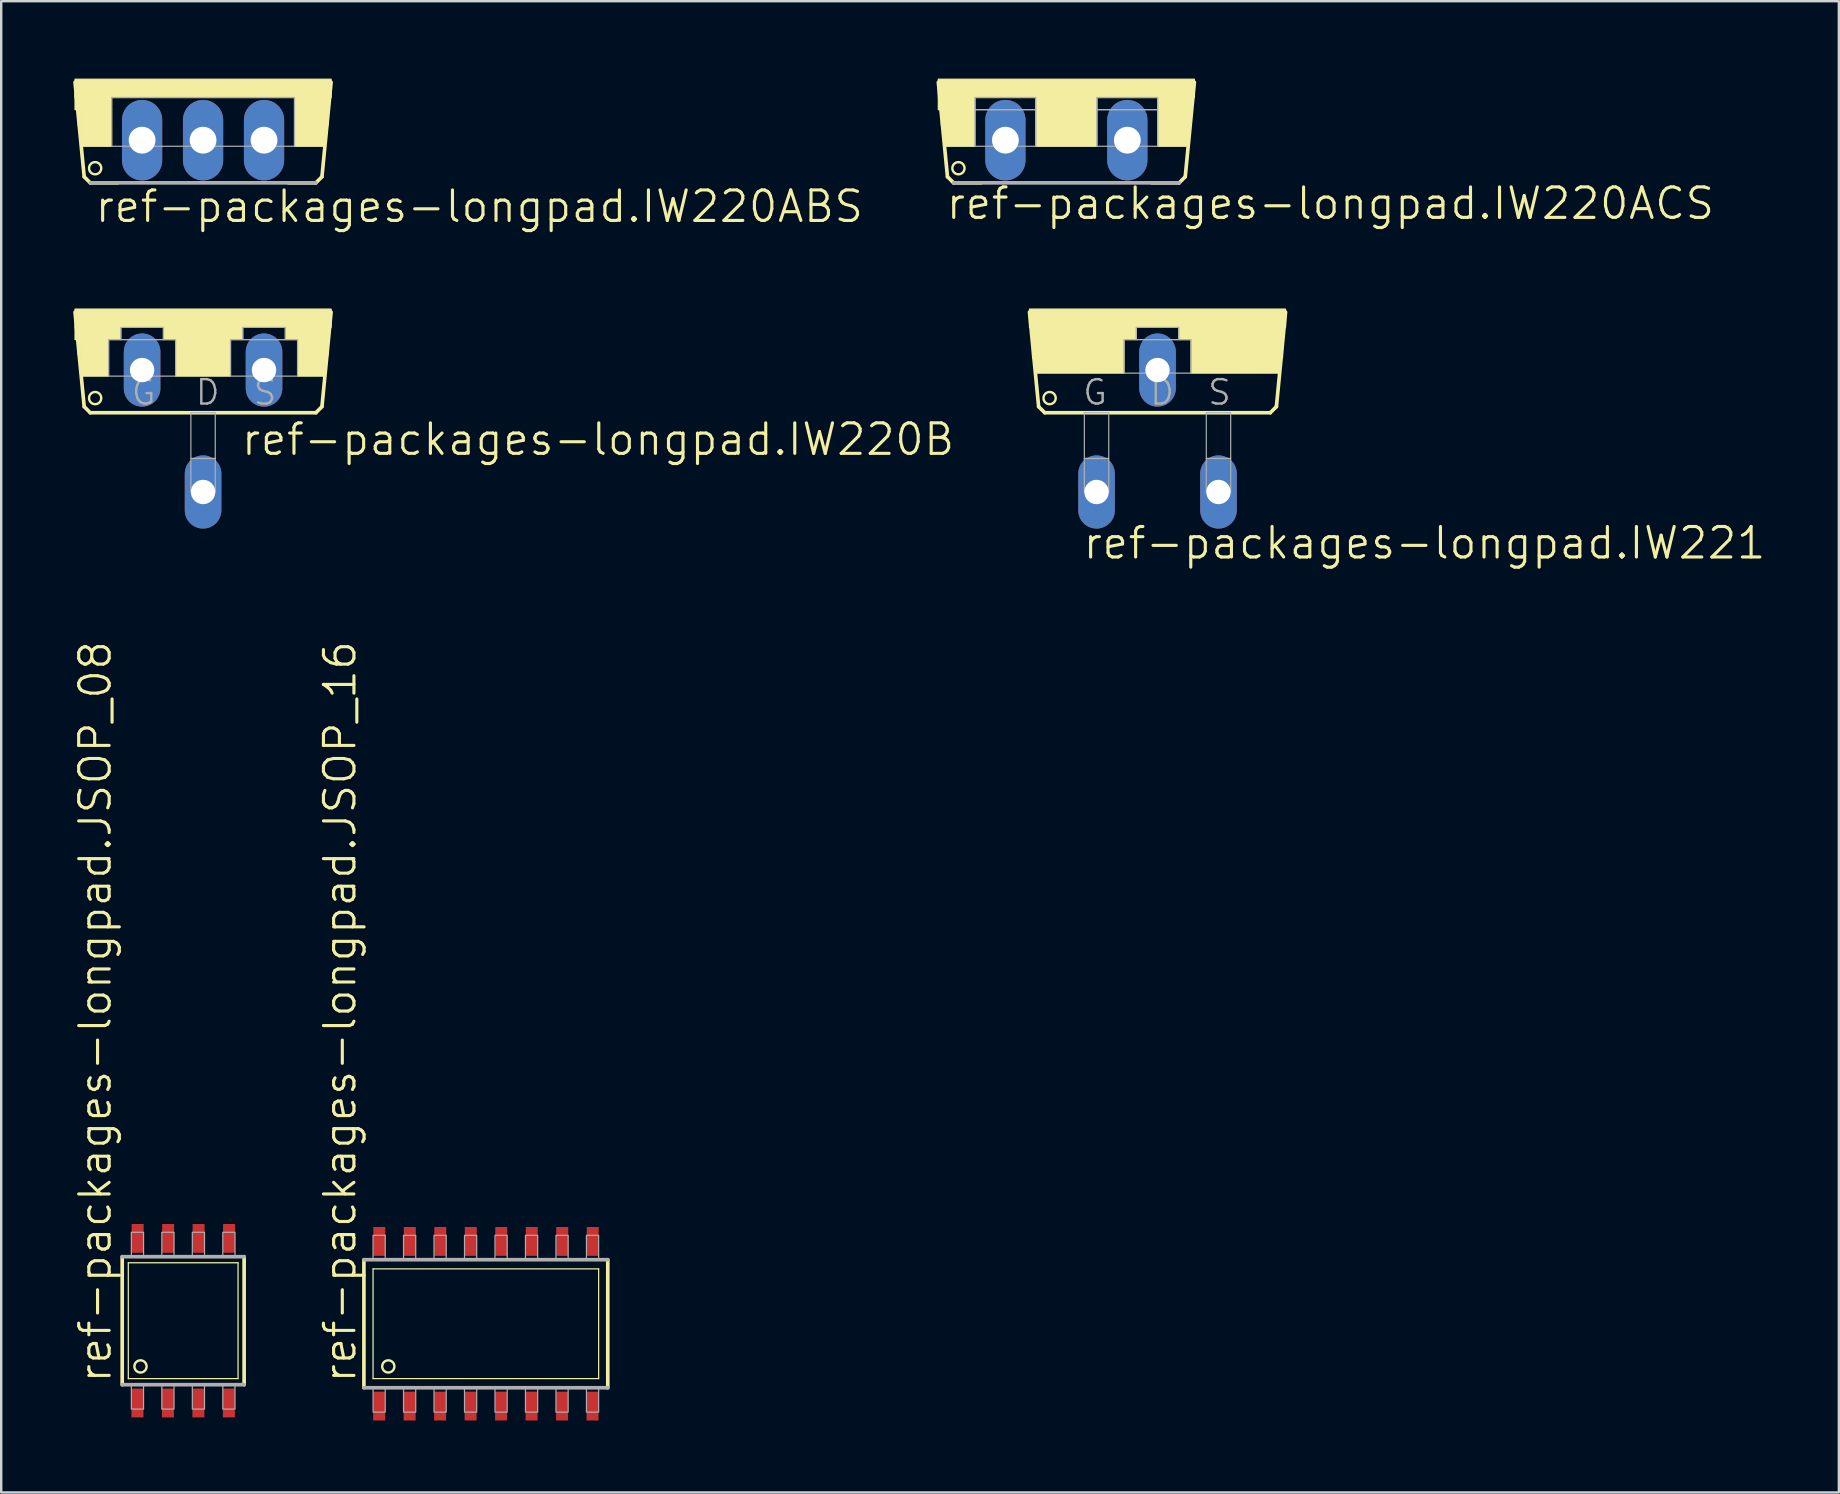
<source format=kicad_pcb>
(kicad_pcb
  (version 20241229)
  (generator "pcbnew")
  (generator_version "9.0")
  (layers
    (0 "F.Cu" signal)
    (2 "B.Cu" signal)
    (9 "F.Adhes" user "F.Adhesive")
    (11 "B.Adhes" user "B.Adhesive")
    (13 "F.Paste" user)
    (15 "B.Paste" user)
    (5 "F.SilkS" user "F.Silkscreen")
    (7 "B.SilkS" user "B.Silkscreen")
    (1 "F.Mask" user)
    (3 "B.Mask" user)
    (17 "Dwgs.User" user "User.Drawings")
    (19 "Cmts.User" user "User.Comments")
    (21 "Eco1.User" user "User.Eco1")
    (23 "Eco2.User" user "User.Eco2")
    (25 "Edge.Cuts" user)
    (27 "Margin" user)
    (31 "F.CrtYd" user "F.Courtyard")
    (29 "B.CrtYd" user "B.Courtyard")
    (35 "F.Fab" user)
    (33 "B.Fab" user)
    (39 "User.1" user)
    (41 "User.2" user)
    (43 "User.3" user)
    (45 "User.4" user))
  (footprint "ref-packages-longpad.IW221"
    (layer "F.Cu")
    (at 45.174 9.827)
    (property "Reference" "ref-packages-longpad.IW221" (at -3.175 10.49 0) (layer "F.SilkS") (effects (font (size 1.27 1.27) (thickness 0.13)) (justify left bottom)))
    (attr through_hole)
    (fp_line (start -4.953 4.064) (end -5.334 0.127) (stroke (width 0.152) (type default)) (layer "F.SilkS"))
    (fp_line (start -4.953 4.064) (end -4.699 4.318) (stroke (width 0.152) (type default)) (layer "F.SilkS"))
    (fp_line (start 4.699 4.318) (end -4.699 4.318) (stroke (width 0.152) (type default)) (layer "F.SilkS"))
    (fp_line (start 4.699 4.318) (end 4.953 4.064) (stroke (width 0.152) (type default)) (layer "F.SilkS"))
    (fp_line (start 5.334 0.127) (end 4.953 4.064) (stroke (width 0.152) (type default)) (layer "F.SilkS"))
    (fp_rect (start -5.334 0.762) (end 5.334 0) (stroke (width 0.05) (type default)) (fill yes) (layer "F.SilkS"))
    (fp_rect (start -5.207 1.27) (end -0.889 0.762) (stroke (width 0.05) (type default)) (fill yes) (layer "F.SilkS"))
    (fp_rect (start -5.207 2.032) (end -5.08 1.27) (stroke (width 0.05) (type default)) (fill yes) (layer "F.SilkS"))
    (fp_rect (start -5.08 2.667) (end -1.397 1.27) (stroke (width 0.05) (type default)) (fill yes) (layer "F.SilkS"))
    (fp_rect (start 0.889 1.27) (end 5.207 0.762) (stroke (width 0.05) (type default)) (fill yes) (layer "F.SilkS"))
    (fp_rect (start 1.397 2.667) (end 5.08 1.27) (stroke (width 0.05) (type default)) (fill yes) (layer "F.SilkS"))
    (fp_rect (start 5.08 2.032) (end 5.207 1.27) (stroke (width 0.05) (type default)) (fill yes) (layer "F.SilkS"))
    (fp_circle (center -4.496 3.708) (end -4.242 3.708) (stroke (width 0.1) (type default)) (fill no) (layer "F.SilkS"))
    (fp_rect (start -3.048 6.223) (end -2.032 4.318) (stroke (width 0.05) (type default)) (fill no) (layer "F.Fab"))
    (fp_rect (start -3.048 7.62) (end -2.032 6.223) (stroke (width 0.05) (type default)) (fill no) (layer "F.Fab"))
    (fp_rect (start -1.397 2.667) (end 1.397 1.27) (stroke (width 0.05) (type default)) (fill no) (layer "F.Fab"))
    (fp_rect (start -0.889 1.27) (end 0.889 0.762) (stroke (width 0.05) (type default)) (fill no) (layer "F.Fab"))
    (fp_rect (start 2.032 6.223) (end 3.048 4.318) (stroke (width 0.05) (type default)) (fill no) (layer "F.Fab"))
    (fp_rect (start 2.032 7.62) (end 3.048 6.223) (stroke (width 0.05) (type default)) (fill no) (layer "F.Fab"))
    (fp_text user "S" (at 2.032 4.064 0) (layer "F.Fab") (effects (font (size 1.016 1.016) (thickness 0.1)) (justify left bottom)))
    (fp_text user "D" (at -0.381 4.064 0) (layer "F.Fab") (effects (font (size 1.016 1.016) (thickness 0.1)) (justify left bottom)))
    (fp_text user "G" (at -3.175 4.064 0) (layer "F.Fab") (effects (font (size 1.016 1.016) (thickness 0.1)) (justify left bottom)))
    (pad "D" thru_hole oval (at 0 2.54 90) (size 3.048 1.524) (drill 1.016) (layers "*.Cu" "*.Mask"))
    (pad "G" thru_hole oval (at -2.54 7.62 90) (size 3.048 1.524) (drill 1.016) (layers "*.Cu" "*.Mask"))
    (pad "S" thru_hole oval (at 2.54 7.62 90) (size 3.048 1.524) (drill 1.016) (layers "*.Cu" "*.Mask")))
  (footprint "ref-packages-longpad.IW220ABS"
    (layer "F.Cu")
    (at 5.41 0.25)
    (property "Reference" "ref-packages-longpad.IW220ABS" (at -4.572 6.045 0) (layer "F.SilkS") (effects (font (size 1.27 1.27) (thickness 0.13)) (justify left bottom)))
    (attr through_hole)
    (fp_line (start -4.953 4.064) (end -5.334 0.127) (stroke (width 0.152) (type default)) (layer "F.SilkS"))
    (fp_line (start -4.953 4.064) (end -4.699 4.318) (stroke (width 0.152) (type default)) (layer "F.SilkS"))
    (fp_line (start -3.556 4.318) (end -4.699 4.318) (stroke (width 0.152) (type default)) (layer "F.SilkS"))
    (fp_line (start 4.699 4.318) (end 3.556 4.318) (stroke (width 0.152) (type default)) (layer "F.SilkS"))
    (fp_line (start 4.699 4.318) (end 4.953 4.064) (stroke (width 0.152) (type default)) (layer "F.SilkS"))
    (fp_line (start 5.334 0.127) (end 4.953 4.064) (stroke (width 0.152) (type default)) (layer "F.SilkS"))
    (fp_rect (start -5.334 0.762) (end 5.334 0) (stroke (width 0.05) (type default)) (fill yes) (layer "F.SilkS"))
    (fp_rect (start -5.334 1.27) (end -3.81 0.635) (stroke (width 0.05) (type default)) (fill yes) (layer "F.SilkS"))
    (fp_rect (start -5.207 1.905) (end -5.08 1.27) (stroke (width 0.05) (type default)) (fill yes) (layer "F.SilkS"))
    (fp_rect (start -5.08 2.794) (end -3.81 1.27) (stroke (width 0.05) (type default)) (fill yes) (layer "F.SilkS"))
    (fp_rect (start 3.81 1.27) (end 5.207 0.762) (stroke (width 0.05) (type default)) (fill yes) (layer "F.SilkS"))
    (fp_rect (start 3.81 2.794) (end 5.08 1.27) (stroke (width 0.05) (type default)) (fill yes) (layer "F.SilkS"))
    (fp_rect (start 5.08 1.905) (end 5.207 1.27) (stroke (width 0.05) (type default)) (fill yes) (layer "F.SilkS"))
    (fp_circle (center -4.496 3.708) (end -4.242 3.708) (stroke (width 0.1) (type default)) (fill no) (layer "F.SilkS"))
    (fp_line (start 4.699 4.318) (end -4.699 4.318) (stroke (width 0.152) (type default)) (layer "F.Fab"))
    (fp_rect (start -3.81 2.794) (end 3.81 0.762) (stroke (width 0.05) (type default)) (fill no) (layer "F.Fab"))
    (pad "A1" thru_hole oval (at -2.54 2.54 90) (size 3.353 1.676) (drill 1.118) (layers "*.Cu" "*.Mask"))
    (pad "A2" thru_hole oval (at 2.54 2.54 90) (size 3.353 1.676) (drill 1.118) (layers "*.Cu" "*.Mask"))
    (pad "C" thru_hole oval (at 0 2.54 90) (size 3.353 1.676) (drill 1.118) (layers "*.Cu" "*.Mask")))
  (footprint "ref-packages-longpad.IW220B"
    (layer "F.Cu")
    (at 5.41 9.827)
    (property "Reference" "ref-packages-longpad.IW220B" (at 1.524 6.172 0) (layer "F.SilkS") (effects (font (size 1.27 1.27) (thickness 0.13)) (justify left bottom)))
    (attr through_hole)
    (fp_line (start -4.953 4.064) (end -5.334 0.127) (stroke (width 0.152) (type default)) (layer "F.SilkS"))
    (fp_line (start -4.953 4.064) (end -4.699 4.318) (stroke (width 0.152) (type default)) (layer "F.SilkS"))
    (fp_line (start 4.699 4.318) (end -4.699 4.318) (stroke (width 0.152) (type default)) (layer "F.SilkS"))
    (fp_line (start 4.699 4.318) (end 4.953 4.064) (stroke (width 0.152) (type default)) (layer "F.SilkS"))
    (fp_line (start 5.334 0.127) (end 4.953 4.064) (stroke (width 0.152) (type default)) (layer "F.SilkS"))
    (fp_rect (start -5.334 0.762) (end 5.334 0) (stroke (width 0.05) (type default)) (fill yes) (layer "F.SilkS"))
    (fp_rect (start -5.334 1.27) (end -3.429 0.762) (stroke (width 0.05) (type default)) (fill yes) (layer "F.SilkS"))
    (fp_rect (start -5.207 1.905) (end -5.08 1.27) (stroke (width 0.05) (type default)) (fill yes) (layer "F.SilkS"))
    (fp_rect (start -5.08 2.794) (end -3.937 1.27) (stroke (width 0.05) (type default)) (fill yes) (layer "F.SilkS"))
    (fp_rect (start -1.651 1.27) (end 1.651 0.762) (stroke (width 0.05) (type default)) (fill yes) (layer "F.SilkS"))
    (fp_rect (start -1.143 2.794) (end 1.143 1.27) (stroke (width 0.05) (type default)) (fill yes) (layer "F.SilkS"))
    (fp_rect (start 3.429 1.27) (end 5.207 0.762) (stroke (width 0.05) (type default)) (fill yes) (layer "F.SilkS"))
    (fp_rect (start 3.937 2.794) (end 5.08 1.27) (stroke (width 0.05) (type default)) (fill yes) (layer "F.SilkS"))
    (fp_rect (start 5.08 1.905) (end 5.207 1.27) (stroke (width 0.05) (type default)) (fill yes) (layer "F.SilkS"))
    (fp_circle (center -4.496 3.708) (end -4.242 3.708) (stroke (width 0.1) (type default)) (fill no) (layer "F.SilkS"))
    (fp_rect (start -3.937 2.794) (end -1.143 1.27) (stroke (width 0.05) (type default)) (fill no) (layer "F.Fab"))
    (fp_rect (start -3.429 1.27) (end -1.651 0.762) (stroke (width 0.05) (type default)) (fill no) (layer "F.Fab"))
    (fp_rect (start -0.508 6.223) (end 0.508 4.318) (stroke (width 0.05) (type default)) (fill no) (layer "F.Fab"))
    (fp_rect (start -0.508 7.62) (end 0.508 6.223) (stroke (width 0.05) (type default)) (fill no) (layer "F.Fab"))
    (fp_rect (start 1.143 2.794) (end 3.937 1.27) (stroke (width 0.05) (type default)) (fill no) (layer "F.Fab"))
    (fp_rect (start 1.651 1.27) (end 3.429 0.762) (stroke (width 0.05) (type default)) (fill no) (layer "F.Fab"))
    (fp_text user "G" (at -3.048 4.064 0) (layer "F.Fab") (effects (font (size 1.016 1.016) (thickness 0.1)) (justify left bottom)))
    (fp_text user "S" (at 2.032 4.064 0) (layer "F.Fab") (effects (font (size 1.016 1.016) (thickness 0.1)) (justify left bottom)))
    (fp_text user "D" (at -0.381 4.064 0) (layer "F.Fab") (effects (font (size 1.016 1.016) (thickness 0.1)) (justify left bottom)))
    (pad "D" thru_hole oval (at 0 7.62 90) (size 3.048 1.524) (drill 1.016) (layers "*.Cu" "*.Mask"))
    (pad "G" thru_hole oval (at -2.54 2.54 90) (size 3.048 1.524) (drill 1.016) (layers "*.Cu" "*.Mask"))
    (pad "S" thru_hole oval (at 2.54 2.54 90) (size 3.048 1.524) (drill 1.016) (layers "*.Cu" "*.Mask")))
  (footprint "ref-packages-longpad.JSOP_08"
    (layer "F.Cu")
    (at 4.581 51.972)
    (property "Reference" "ref-packages-longpad.JSOP_08" (at -2.921 2.667 90) (layer "F.SilkS") (effects (font (size 1.27 1.27) (thickness 0.13)) (justify left bottom)))
    (attr smd)
    (fp_line (start -2.54 2.667) (end -2.54 -2.667) (stroke (width 0.152) (type default)) (layer "F.SilkS"))
    (fp_line (start -2.286 -2.413) (end 2.286 -2.413) (stroke (width 0.051) (type default)) (layer "F.SilkS"))
    (fp_line (start -2.286 2.413) (end -2.286 -2.413) (stroke (width 0.051) (type default)) (layer "F.SilkS"))
    (fp_line (start 2.286 -2.413) (end 2.286 2.413) (stroke (width 0.051) (type default)) (layer "F.SilkS"))
    (fp_line (start 2.286 2.413) (end -2.286 2.413) (stroke (width 0.051) (type default)) (layer "F.SilkS"))
    (fp_line (start 2.54 -2.667) (end 2.54 2.667) (stroke (width 0.152) (type default)) (layer "F.SilkS"))
    (fp_circle (center -1.778 1.905) (end -1.524 1.905) (stroke (width 0.1) (type default)) (fill no) (layer "F.SilkS"))
    (fp_line (start -2.54 -2.667) (end 2.54 -2.667) (stroke (width 0.152) (type default)) (layer "F.Fab"))
    (fp_line (start 2.54 2.667) (end -2.54 2.667) (stroke (width 0.152) (type default)) (layer "F.Fab"))
    (fp_rect (start -2.159 -2.667) (end -1.651 -3.683) (stroke (width 0.05) (type default)) (fill no) (layer "F.Fab"))
    (fp_rect (start -2.159 3.683) (end -1.651 2.667) (stroke (width 0.05) (type default)) (fill no) (layer "F.Fab"))
    (fp_rect (start -0.889 -2.667) (end -0.381 -3.683) (stroke (width 0.05) (type default)) (fill no) (layer "F.Fab"))
    (fp_rect (start -0.889 3.683) (end -0.381 2.667) (stroke (width 0.05) (type default)) (fill no) (layer "F.Fab"))
    (fp_rect (start 0.381 -2.667) (end 0.889 -3.683) (stroke (width 0.05) (type default)) (fill no) (layer "F.Fab"))
    (fp_rect (start 0.381 3.683) (end 0.889 2.667) (stroke (width 0.05) (type default)) (fill no) (layer "F.Fab"))
    (fp_rect (start 1.651 -2.667) (end 2.159 -3.683) (stroke (width 0.05) (type default)) (fill no) (layer "F.Fab"))
    (fp_rect (start 1.651 3.683) (end 2.159 2.667) (stroke (width 0.05) (type default)) (fill no) (layer "F.Fab"))
    (pad "1" smd roundrect (at -1.905 3.429) (size 0.5 1.2) (layers "F.Cu" "F.Mask" "F.Paste") (roundrect_rratio 0.01))
    (pad "2" smd roundrect (at -0.635 3.429) (size 0.5 1.2) (layers "F.Cu" "F.Mask" "F.Paste") (roundrect_rratio 0.01))
    (pad "3" smd roundrect (at 0.635 3.429) (size 0.5 1.2) (layers "F.Cu" "F.Mask" "F.Paste") (roundrect_rratio 0.01))
    (pad "4" smd roundrect (at 1.905 3.429) (size 0.5 1.2) (layers "F.Cu" "F.Mask" "F.Paste") (roundrect_rratio 0.01))
    (pad "5" smd roundrect (at 1.913 -3.429) (size 0.5 1.2) (layers "F.Cu" "F.Mask" "F.Paste") (roundrect_rratio 0.01))
    (pad "6" smd roundrect (at 0.643 -3.429) (size 0.5 1.2) (layers "F.Cu" "F.Mask" "F.Paste") (roundrect_rratio 0.01))
    (pad "7" smd roundrect (at -0.627 -3.429) (size 0.5 1.2) (layers "F.Cu" "F.Mask" "F.Paste") (roundrect_rratio 0.01))
    (pad "8" smd roundrect (at -1.897 -3.429) (size 0.5 1.2) (layers "F.Cu" "F.Mask" "F.Paste") (roundrect_rratio 0.01)))
  (footprint "ref-packages-longpad.IW220ACS"
    (layer "F.Cu")
    (at 41.376 0.25)
    (property "Reference" "ref-packages-longpad.IW220ACS" (at -5.08 5.918 0) (layer "F.SilkS") (effects (font (size 1.27 1.27) (thickness 0.13)) (justify left bottom)))
    (attr through_hole)
    (fp_line (start -4.953 4.064) (end -5.334 0.127) (stroke (width 0.152) (type default)) (layer "F.SilkS"))
    (fp_line (start -4.953 4.064) (end -4.699 4.318) (stroke (width 0.152) (type default)) (layer "F.SilkS"))
    (fp_line (start -3.556 4.318) (end -4.699 4.318) (stroke (width 0.152) (type default)) (layer "F.SilkS"))
    (fp_line (start 4.699 4.318) (end 3.556 4.318) (stroke (width 0.152) (type default)) (layer "F.SilkS"))
    (fp_line (start 4.699 4.318) (end 4.953 4.064) (stroke (width 0.152) (type default)) (layer "F.SilkS"))
    (fp_line (start 5.334 0.127) (end 4.953 4.064) (stroke (width 0.152) (type default)) (layer "F.SilkS"))
    (fp_rect (start -5.334 0.762) (end 5.334 0) (stroke (width 0.05) (type default)) (fill yes) (layer "F.SilkS"))
    (fp_rect (start -5.334 1.27) (end -3.81 0.762) (stroke (width 0.05) (type default)) (fill yes) (layer "F.SilkS"))
    (fp_rect (start -5.207 1.905) (end -5.08 1.27) (stroke (width 0.05) (type default)) (fill yes) (layer "F.SilkS"))
    (fp_rect (start -5.08 2.794) (end -3.81 1.27) (stroke (width 0.05) (type default)) (fill yes) (layer "F.SilkS"))
    (fp_rect (start -1.27 1.27) (end 1.27 0.762) (stroke (width 0.05) (type default)) (fill yes) (layer "F.SilkS"))
    (fp_rect (start -1.27 2.794) (end 1.27 1.27) (stroke (width 0.05) (type default)) (fill yes) (layer "F.SilkS"))
    (fp_rect (start 3.81 1.27) (end 5.207 0.762) (stroke (width 0.05) (type default)) (fill yes) (layer "F.SilkS"))
    (fp_rect (start 3.81 2.794) (end 5.08 1.27) (stroke (width 0.05) (type default)) (fill yes) (layer "F.SilkS"))
    (fp_rect (start 5.08 1.905) (end 5.207 1.27) (stroke (width 0.05) (type default)) (fill yes) (layer "F.SilkS"))
    (fp_circle (center -4.496 3.708) (end -4.242 3.708) (stroke (width 0.1) (type default)) (fill no) (layer "F.SilkS"))
    (fp_line (start 4.699 4.318) (end -4.699 4.318) (stroke (width 0.152) (type default)) (layer "F.Fab"))
    (fp_rect (start -3.81 1.27) (end -1.27 0.762) (stroke (width 0.05) (type default)) (fill no) (layer "F.Fab"))
    (fp_rect (start -3.81 2.794) (end -1.27 1.27) (stroke (width 0.05) (type default)) (fill no) (layer "F.Fab"))
    (fp_rect (start 1.27 1.27) (end 3.81 0.762) (stroke (width 0.05) (type default)) (fill no) (layer "F.Fab"))
    (fp_rect (start 1.27 2.794) (end 3.81 1.27) (stroke (width 0.05) (type default)) (fill no) (layer "F.Fab"))
    (pad "A" thru_hole oval (at 2.54 2.54 90) (size 3.353 1.676) (drill 1.118) (layers "*.Cu" "*.Mask"))
    (pad "C" thru_hole oval (at -2.54 2.54 90) (size 3.353 1.676) (drill 1.118) (layers "*.Cu" "*.Mask")))
  (footprint "ref-packages-longpad.JSOP_16"
    (layer "F.Cu")
    (at 17.191 52.099)
    (property "Reference" "ref-packages-longpad.JSOP_16" (at -5.334 2.54 90) (layer "F.SilkS") (effects (font (size 1.27 1.27) (thickness 0.13)) (justify left bottom)))
    (attr smd)
    (fp_line (start -5.08 2.667) (end -5.08 -2.667) (stroke (width 0.152) (type default)) (layer "F.SilkS"))
    (fp_line (start -4.699 -2.286) (end 4.699 -2.286) (stroke (width 0.051) (type default)) (layer "F.SilkS"))
    (fp_line (start -4.699 2.286) (end -4.699 -2.286) (stroke (width 0.051) (type default)) (layer "F.SilkS"))
    (fp_line (start 4.699 -2.286) (end 4.699 2.286) (stroke (width 0.051) (type default)) (layer "F.SilkS"))
    (fp_line (start 4.699 2.286) (end -4.699 2.286) (stroke (width 0.051) (type default)) (layer "F.SilkS"))
    (fp_line (start 5.08 -2.667) (end 5.08 2.667) (stroke (width 0.152) (type default)) (layer "F.SilkS"))
    (fp_circle (center -4.064 1.778) (end -3.81 1.778) (stroke (width 0.1) (type default)) (fill no) (layer "F.SilkS"))
    (fp_line (start -5.08 -2.667) (end 5.08 -2.667) (stroke (width 0.152) (type default)) (layer "F.Fab"))
    (fp_line (start 5.08 2.667) (end -5.08 2.667) (stroke (width 0.152) (type default)) (layer "F.Fab"))
    (fp_rect (start -4.699 -2.667) (end -4.191 -3.683) (stroke (width 0.05) (type default)) (fill no) (layer "F.Fab"))
    (fp_rect (start -4.699 3.683) (end -4.191 2.667) (stroke (width 0.05) (type default)) (fill no) (layer "F.Fab"))
    (fp_rect (start -3.429 -2.667) (end -2.921 -3.683) (stroke (width 0.05) (type default)) (fill no) (layer "F.Fab"))
    (fp_rect (start -3.429 3.683) (end -2.921 2.667) (stroke (width 0.05) (type default)) (fill no) (layer "F.Fab"))
    (fp_rect (start -2.159 -2.667) (end -1.651 -3.683) (stroke (width 0.05) (type default)) (fill no) (layer "F.Fab"))
    (fp_rect (start -2.159 3.683) (end -1.651 2.667) (stroke (width 0.05) (type default)) (fill no) (layer "F.Fab"))
    (fp_rect (start -0.889 -2.667) (end -0.381 -3.683) (stroke (width 0.05) (type default)) (fill no) (layer "F.Fab"))
    (fp_rect (start -0.889 3.683) (end -0.381 2.667) (stroke (width 0.05) (type default)) (fill no) (layer "F.Fab"))
    (fp_rect (start 0.381 -2.667) (end 0.889 -3.683) (stroke (width 0.05) (type default)) (fill no) (layer "F.Fab"))
    (fp_rect (start 0.381 3.683) (end 0.889 2.667) (stroke (width 0.05) (type default)) (fill no) (layer "F.Fab"))
    (fp_rect (start 1.651 -2.667) (end 2.159 -3.683) (stroke (width 0.05) (type default)) (fill no) (layer "F.Fab"))
    (fp_rect (start 1.651 3.683) (end 2.159 2.667) (stroke (width 0.05) (type default)) (fill no) (layer "F.Fab"))
    (fp_rect (start 2.921 -2.667) (end 3.429 -3.683) (stroke (width 0.05) (type default)) (fill no) (layer "F.Fab"))
    (fp_rect (start 2.921 3.683) (end 3.429 2.667) (stroke (width 0.05) (type default)) (fill no) (layer "F.Fab"))
    (fp_rect (start 4.191 -2.667) (end 4.699 -3.683) (stroke (width 0.05) (type default)) (fill no) (layer "F.Fab"))
    (fp_rect (start 4.191 3.683) (end 4.699 2.667) (stroke (width 0.05) (type default)) (fill no) (layer "F.Fab"))
    (pad "1" smd roundrect (at -4.445 3.429) (size 0.5 1.2) (layers "F.Cu" "F.Mask" "F.Paste") (roundrect_rratio 0.01))
    (pad "2" smd roundrect (at -3.175 3.429) (size 0.5 1.2) (layers "F.Cu" "F.Mask" "F.Paste") (roundrect_rratio 0.01))
    (pad "3" smd roundrect (at -1.905 3.429) (size 0.5 1.2) (layers "F.Cu" "F.Mask" "F.Paste") (roundrect_rratio 0.01))
    (pad "4" smd roundrect (at -0.635 3.429) (size 0.5 1.2) (layers "F.Cu" "F.Mask" "F.Paste") (roundrect_rratio 0.01))
    (pad "5" smd roundrect (at 0.635 3.429) (size 0.5 1.2) (layers "F.Cu" "F.Mask" "F.Paste") (roundrect_rratio 0.01))
    (pad "6" smd roundrect (at 1.905 3.429) (size 0.5 1.2) (layers "F.Cu" "F.Mask" "F.Paste") (roundrect_rratio 0.01))
    (pad "7" smd roundrect (at 3.175 3.429) (size 0.5 1.2) (layers "F.Cu" "F.Mask" "F.Paste") (roundrect_rratio 0.01))
    (pad "8" smd roundrect (at 4.445 3.429) (size 0.5 1.2) (layers "F.Cu" "F.Mask" "F.Paste") (roundrect_rratio 0.01))
    (pad "9" smd roundrect (at 4.453 -3.429) (size 0.5 1.2) (layers "F.Cu" "F.Mask" "F.Paste") (roundrect_rratio 0.01))
    (pad "10" smd roundrect (at 3.183 -3.429) (size 0.5 1.2) (layers "F.Cu" "F.Mask" "F.Paste") (roundrect_rratio 0.01))
    (pad "11" smd roundrect (at 1.913 -3.429) (size 0.5 1.2) (layers "F.Cu" "F.Mask" "F.Paste") (roundrect_rratio 0.01))
    (pad "12" smd roundrect (at 0.643 -3.429) (size 0.5 1.2) (layers "F.Cu" "F.Mask" "F.Paste") (roundrect_rratio 0.01))
    (pad "13" smd roundrect (at -0.627 -3.429) (size 0.5 1.2) (layers "F.Cu" "F.Mask" "F.Paste") (roundrect_rratio 0.01))
    (pad "14" smd roundrect (at -1.897 -3.429) (size 0.5 1.2) (layers "F.Cu" "F.Mask" "F.Paste") (roundrect_rratio 0.01))
    (pad "15" smd roundrect (at -3.167 -3.429) (size 0.5 1.2) (layers "F.Cu" "F.Mask" "F.Paste") (roundrect_rratio 0.01))
    (pad "16" smd roundrect (at -4.437 -3.429) (size 0.5 1.2) (layers "F.Cu" "F.Mask" "F.Paste") (roundrect_rratio 0.01)))
  (gr_rect
    (start -3 -3)
    (end 73.559 59.128)
    (stroke (width 0.1) (type default))
    (fill no)
    (layer "Edge.Cuts")))
</source>
